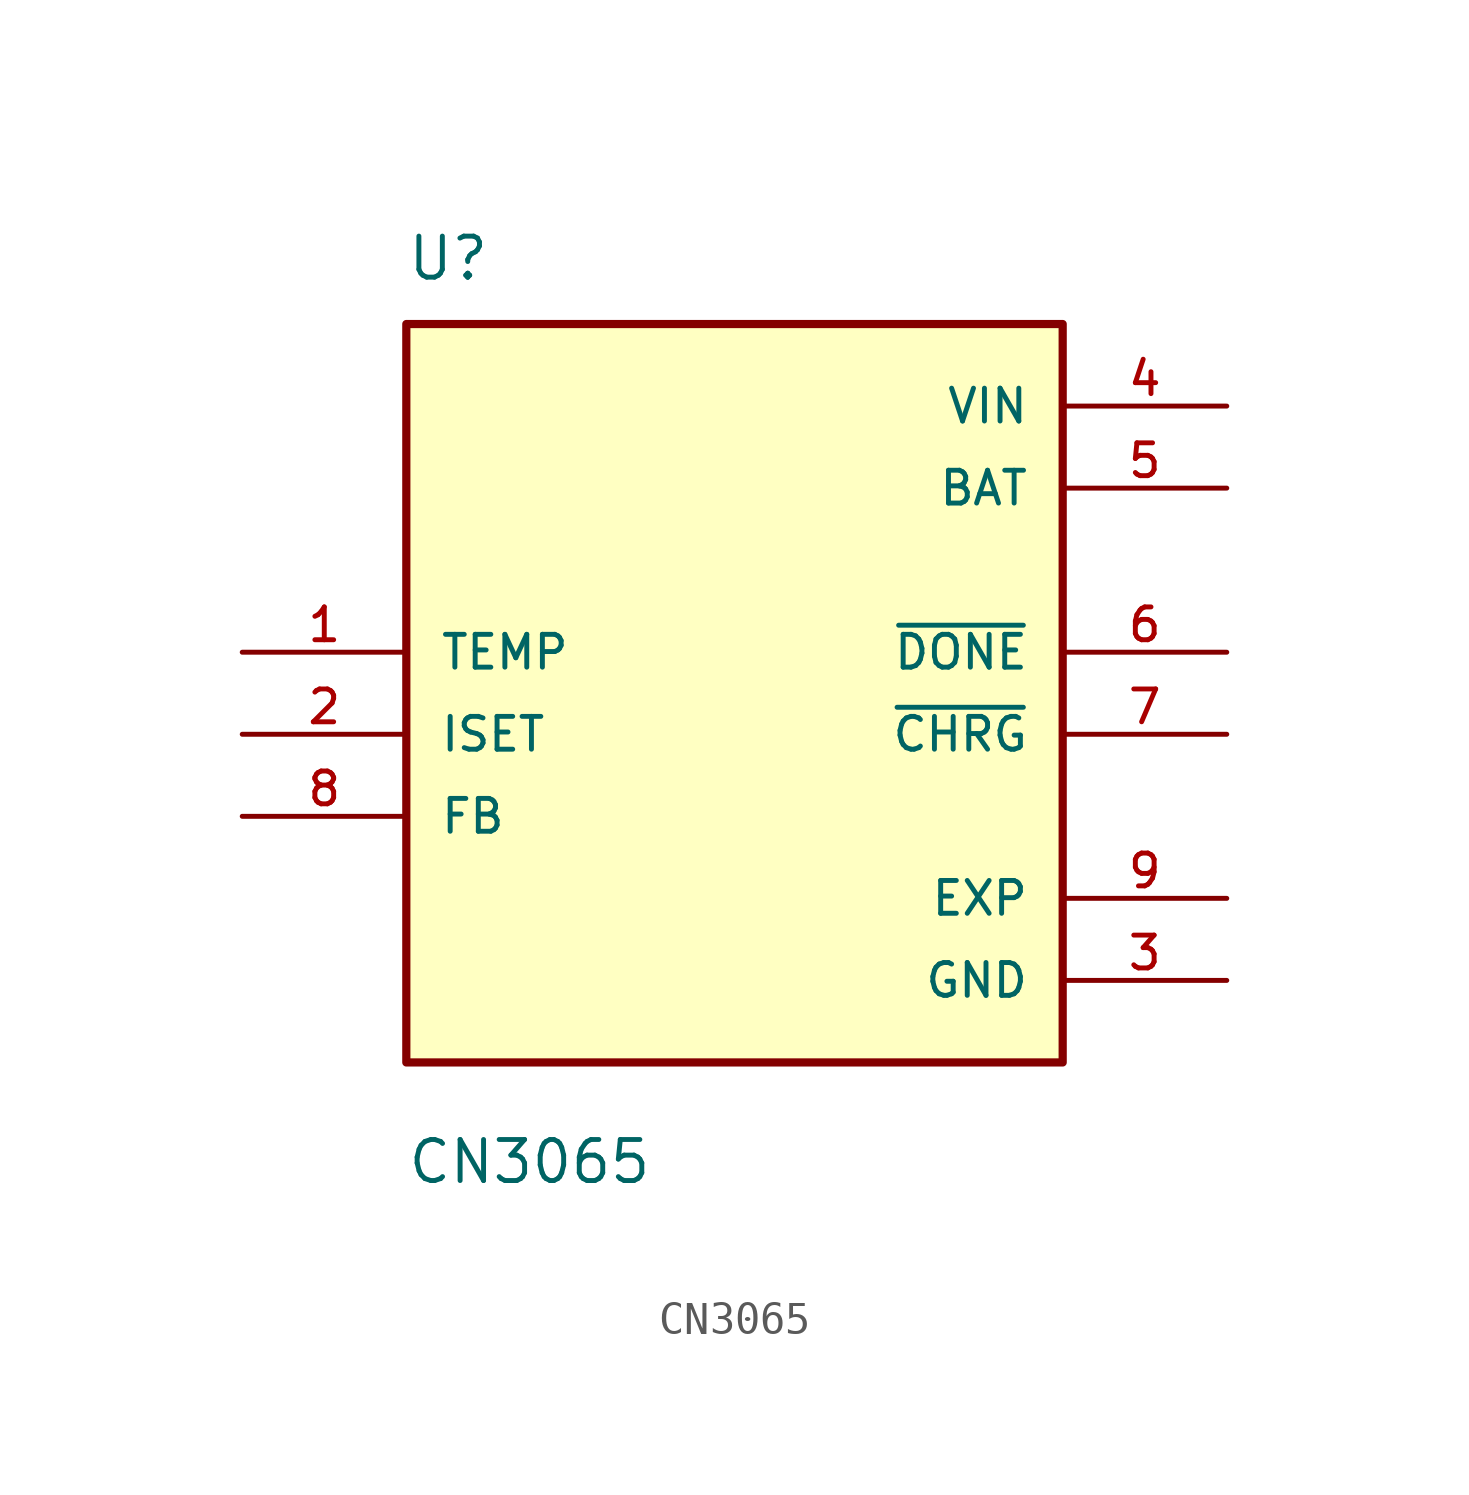
<source format=kicad_sym>
(kicad_symbol_lib
  (version 20211014)
  (generator kicad_symbol_editor)
  (symbol "CN3065"
    (pin_names
      (offset 1.016))
    (property "Reference" "U"
      (at -10.173 13.988 0)
      (effects (font (size 1.27 1.27)) (justify bottom left)))
    (property "Value" "CN3065"
      (at -10.167 -13.979 0)
      (effects (font (size 1.27 1.27)) (justify bottom left)))
    (symbol "CN3065_0_0"
      (rectangle (start -10.16 -10.16) (end 10.16 12.7) (stroke (width 0.254)) (fill (type background)))
      (pin input line (at -15.24 2.54 0) (length 5.08) (name "TEMP" (effects (font (size 1.016 1.016)))) (number "1" (effects (font (size 1.016 1.016)))))
      (pin input line (at -15.24 0.0 0) (length 5.08) (name "ISET" (effects (font (size 1.016 1.016)))) (number "2" (effects (font (size 1.016 1.016)))))
      (pin power_in line (at 15.24 -7.62 180.0) (length 5.08) (name "GND" (effects (font (size 1.016 1.016)))) (number "3" (effects (font (size 1.016 1.016)))))
      (pin power_in line (at 15.24 10.16 180.0) (length 5.08) (name "VIN" (effects (font (size 1.016 1.016)))) (number "4" (effects (font (size 1.016 1.016)))))
      (pin power_in line (at 15.24 7.62 180.0) (length 5.08) (name "BAT" (effects (font (size 1.016 1.016)))) (number "5" (effects (font (size 1.016 1.016)))))
      (pin output line (at 15.24 2.54 180.0) (length 5.08) (name "~{DONE}" (effects (font (size 1.016 1.016)))) (number "6" (effects (font (size 1.016 1.016)))))
      (pin output line (at 15.24 0.0 180.0) (length 5.08) (name "~{CHRG}" (effects (font (size 1.016 1.016)))) (number "7" (effects (font (size 1.016 1.016)))))
      (pin input line (at -15.24 -2.54 0) (length 5.08) (name "FB" (effects (font (size 1.016 1.016)))) (number "8" (effects (font (size 1.016 1.016)))))
      (pin power_in line (at 15.24 -5.08 180.0) (length 5.08) (name "EXP" (effects (font (size 1.016 1.016)))) (number "9" (effects (font (size 1.016 1.016))))))))
</source>
